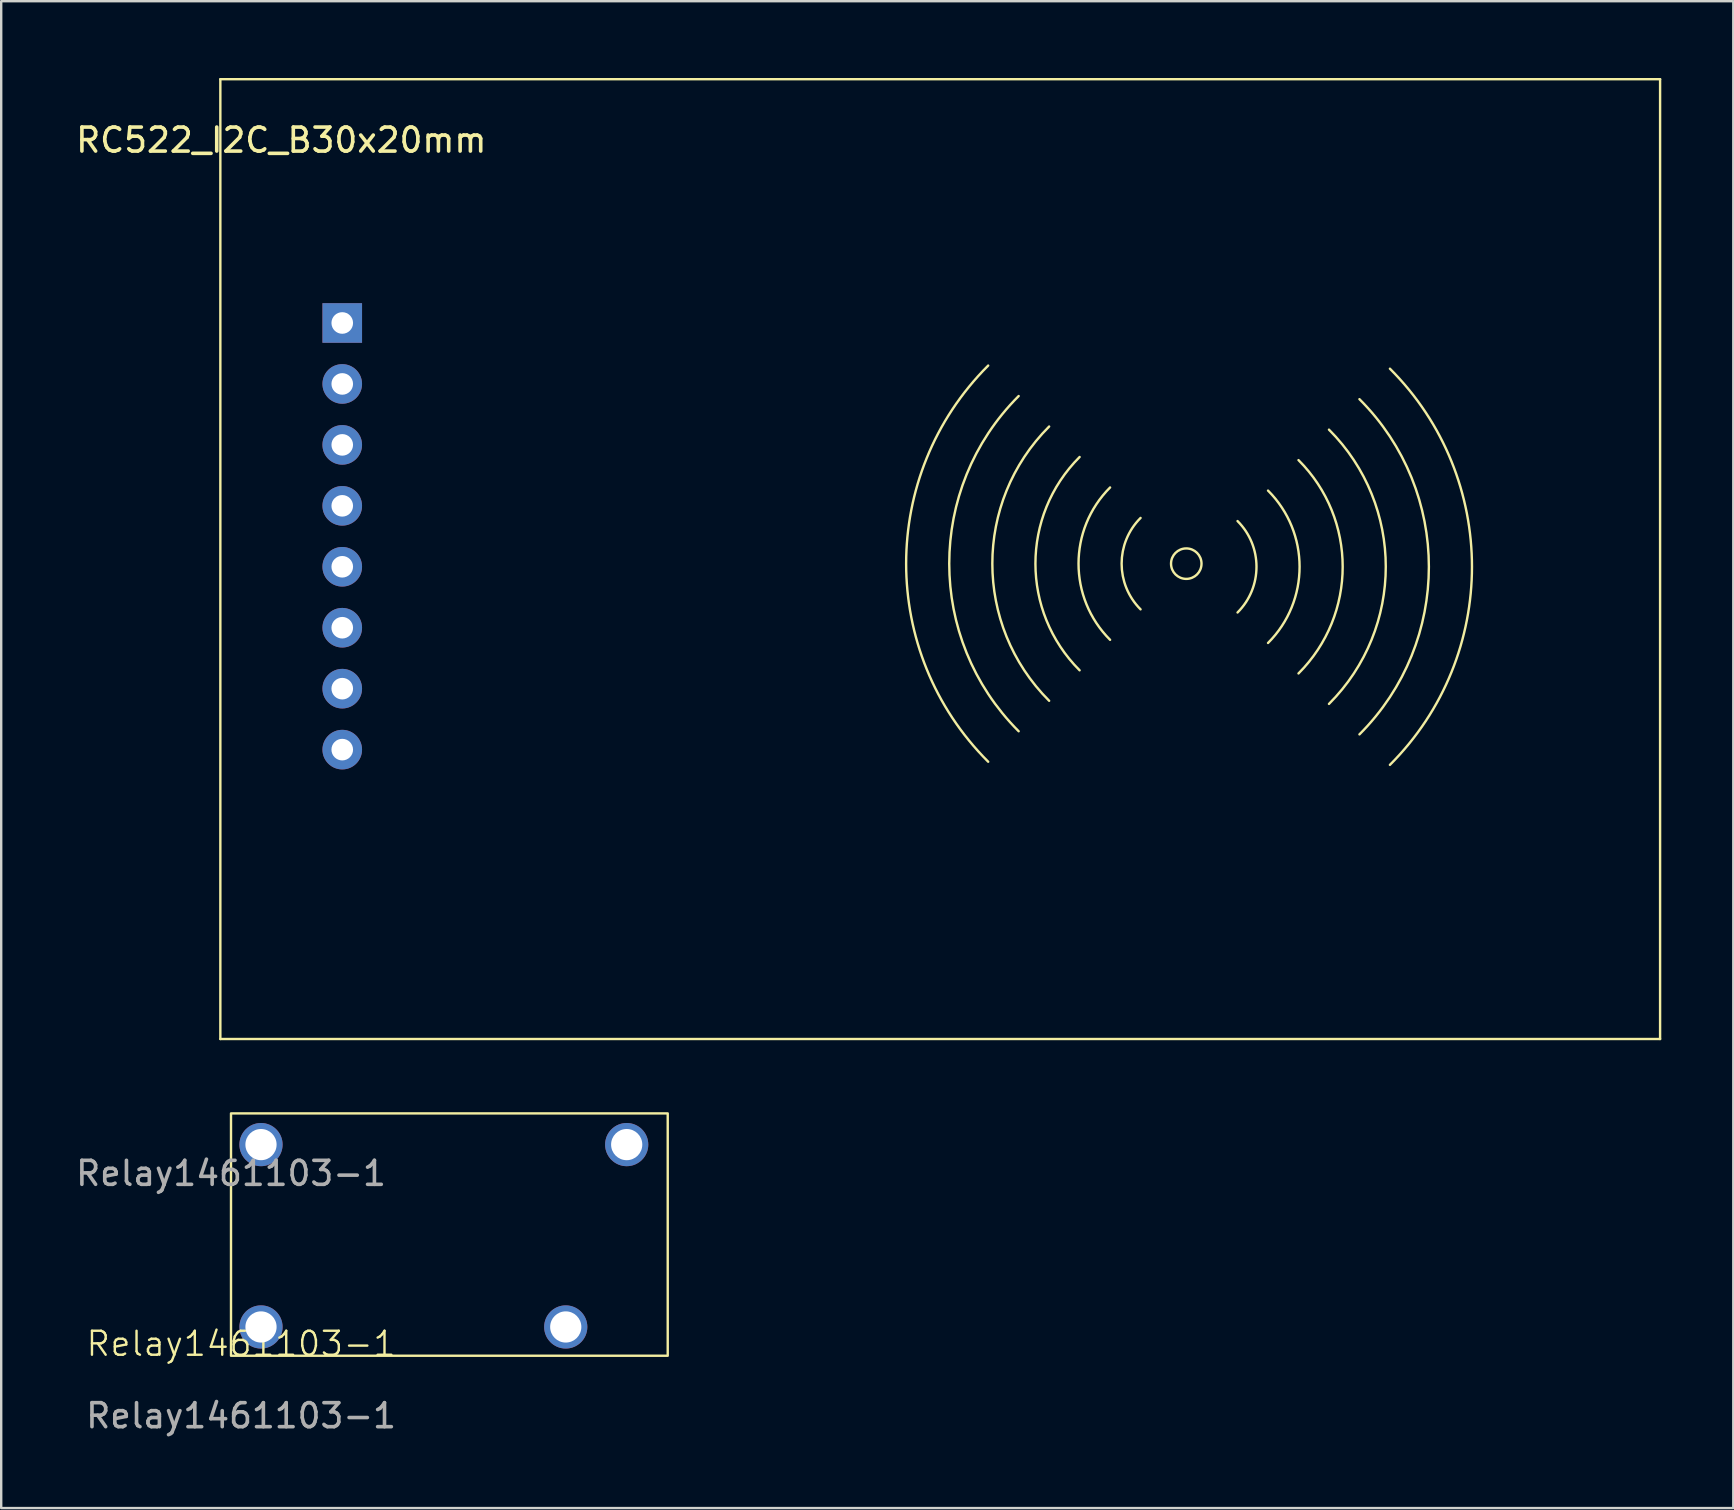
<source format=kicad_pcb>
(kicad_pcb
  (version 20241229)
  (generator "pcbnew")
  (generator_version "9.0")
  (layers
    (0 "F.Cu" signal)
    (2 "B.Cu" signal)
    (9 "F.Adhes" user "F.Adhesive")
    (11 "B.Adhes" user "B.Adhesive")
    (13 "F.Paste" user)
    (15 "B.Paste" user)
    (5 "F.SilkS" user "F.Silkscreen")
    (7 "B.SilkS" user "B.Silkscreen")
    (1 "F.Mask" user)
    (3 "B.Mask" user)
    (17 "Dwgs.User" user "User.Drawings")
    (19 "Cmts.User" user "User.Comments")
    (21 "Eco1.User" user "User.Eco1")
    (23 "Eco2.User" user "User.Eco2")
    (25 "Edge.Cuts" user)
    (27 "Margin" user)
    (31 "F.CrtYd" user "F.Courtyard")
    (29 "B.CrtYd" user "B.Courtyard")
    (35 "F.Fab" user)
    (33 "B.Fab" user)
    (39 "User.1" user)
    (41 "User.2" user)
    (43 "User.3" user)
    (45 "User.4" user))
  (footprint "Relay1461103-1"
    (layer "F.Cu")
    (at 6.997 53.45)
    (property "Reference" "Relay1461103-1" (at 0 -0.5 0) (unlocked yes) (layer "F.SilkS") (effects (font (size 1 1) (thickness 0.1))))
    (attr smd)
    (fp_rect (start -0.42 -10.1) (end 17.78 0) (stroke (width 0.1) (type default)) (fill no) (layer "F.SilkS"))
    (fp_text user "${REFERENCE}" (at 0 2.5 0) (unlocked yes) (layer "F.Fab") (effects (font (size 1 1) (thickness 0.15))))
    (fp_text user "${REFERENCE}" (at -0.42 -7.6 0) (unlocked yes) (layer "F.Fab") (effects (font (size 1 1) (thickness 0.15))))
    (pad "1" thru_hole circle (at 0.83 -1.2) (size 1.8 1.8) (drill 1.3) (layers "*.Cu" "*.Mask"))
    (pad "2" thru_hole circle (at 0.83 -8.8) (size 1.8 1.8) (drill 1.3) (layers "*.Cu" "*.Mask"))
    (pad "3" thru_hole circle (at 13.53 -1.2) (size 1.8 1.8) (drill 1.3) (layers "*.Cu" "*.Mask"))
    (pad "4" thru_hole circle (at 16.07 -8.8) (size 1.8 1.8) (drill 1.3) (layers "*.Cu" "*.Mask")))
  (footprint "RC522_I2C_B30x20mm"
    (layer "F.Cu")
    (at 6.133 0.25)
    (property "Reference" "RC522_I2C_B30x20mm" (at 2.54 2.54 0) (layer "F.SilkS") (effects (font (size 1 1) (thickness 0.15))))
    (attr through_hole)
    (fp_line (start 0 0) (end 0 40) (stroke (width 0.1) (type solid)) (layer "F.SilkS"))
    (fp_line (start 0 40) (end 60 40) (stroke (width 0.1) (type solid)) (layer "F.SilkS"))
    (fp_line (start 60 0) (end 0 0) (stroke (width 0.1) (type solid)) (layer "F.SilkS"))
    (fp_line (start 60 40) (end 60 0) (stroke (width 0.1) (type solid)) (layer "F.SilkS"))
    (fp_arc (start 31.999028 28.444688) (mid 28.579695 20.189689) (end 31.999028 11.93469) (stroke (width 0.1) (type solid)) (layer "F.SilkS"))
    (fp_arc (start 33.269028 27.174688) (mid 30.375747 20.189689) (end 33.269028 13.20469) (stroke (width 0.1) (type solid)) (layer "F.SilkS"))
    (fp_arc (start 34.539028 25.904688) (mid 32.171798 20.189689) (end 34.539028 14.47469) (stroke (width 0.1) (type solid)) (layer "F.SilkS"))
    (fp_arc (start 35.809028 24.634688) (mid 33.967849 20.189689) (end 35.809028 15.74469) (stroke (width 0.1) (type solid)) (layer "F.SilkS"))
    (fp_arc (start 37.079028 23.364688) (mid 35.7639 20.189689) (end 37.079028 17.01469) (stroke (width 0.1) (type solid)) (layer "F.SilkS"))
    (fp_arc (start 38.349028 22.094688) (mid 37.559952 20.189689) (end 38.349028 18.28469) (stroke (width 0.1) (type solid)) (layer "F.SilkS"))
    (fp_arc (start 42.390923 18.415001) (mid 43.18 20.32) (end 42.390923 22.224999) (stroke (width 0.1) (type solid)) (layer "F.SilkS"))
    (fp_arc (start 43.660923 17.145001) (mid 44.976051 20.32) (end 43.660923 23.494999) (stroke (width 0.1) (type solid)) (layer "F.SilkS"))
    (fp_arc (start 44.930923 15.875001) (mid 46.772102 20.32) (end 44.930923 24.764999) (stroke (width 0.1) (type solid)) (layer "F.SilkS"))
    (fp_arc (start 46.200923 14.605001) (mid 48.568153 20.32) (end 46.200923 26.034999) (stroke (width 0.1) (type solid)) (layer "F.SilkS"))
    (fp_arc (start 47.470923 13.335001) (mid 50.364204 20.32) (end 47.470923 27.304999) (stroke (width 0.1) (type solid)) (layer "F.SilkS"))
    (fp_arc (start 48.740923 12.065001) (mid 52.160256 20.32) (end 48.740923 28.574999) (stroke (width 0.1) (type solid)) (layer "F.SilkS"))
    (fp_circle (center 40.254 20.19) (end 40.889 20.19) (stroke (width 0.1) (type solid)) (fill no) (layer "F.SilkS"))
    (pad "1" thru_hole rect (at 5.08 10.16) (size 1.65 1.65) (drill 0.9) (layers "*.Cu" "*.Mask"))
    (pad "2" thru_hole circle (at 5.08 12.7) (size 1.65 1.65) (drill 0.9) (layers "*.Cu" "*.Mask"))
    (pad "3" thru_hole circle (at 5.08 15.24) (size 1.65 1.65) (drill 0.9) (layers "*.Cu" "*.Mask"))
    (pad "4" thru_hole circle (at 5.08 17.78) (size 1.65 1.65) (drill 0.9) (layers "*.Cu" "*.Mask"))
    (pad "5" thru_hole circle (at 5.08 20.32) (size 1.65 1.65) (drill 0.9) (layers "*.Cu" "*.Mask"))
    (pad "6" thru_hole circle (at 5.08 22.86) (size 1.65 1.65) (drill 0.9) (layers "*.Cu" "*.Mask"))
    (pad "7" thru_hole circle (at 5.08 25.4) (size 1.65 1.65) (drill 0.9) (layers "*.Cu" "*.Mask"))
    (pad "8" thru_hole circle (at 5.08 27.94) (size 1.65 1.65) (drill 0.9) (layers "*.Cu" "*.Mask")))
  (gr_rect
    (start -3 -3)
    (end 69.183 59.798)
    (stroke (width 0.1) (type default))
    (fill no)
    (layer "Edge.Cuts")))
</source>
